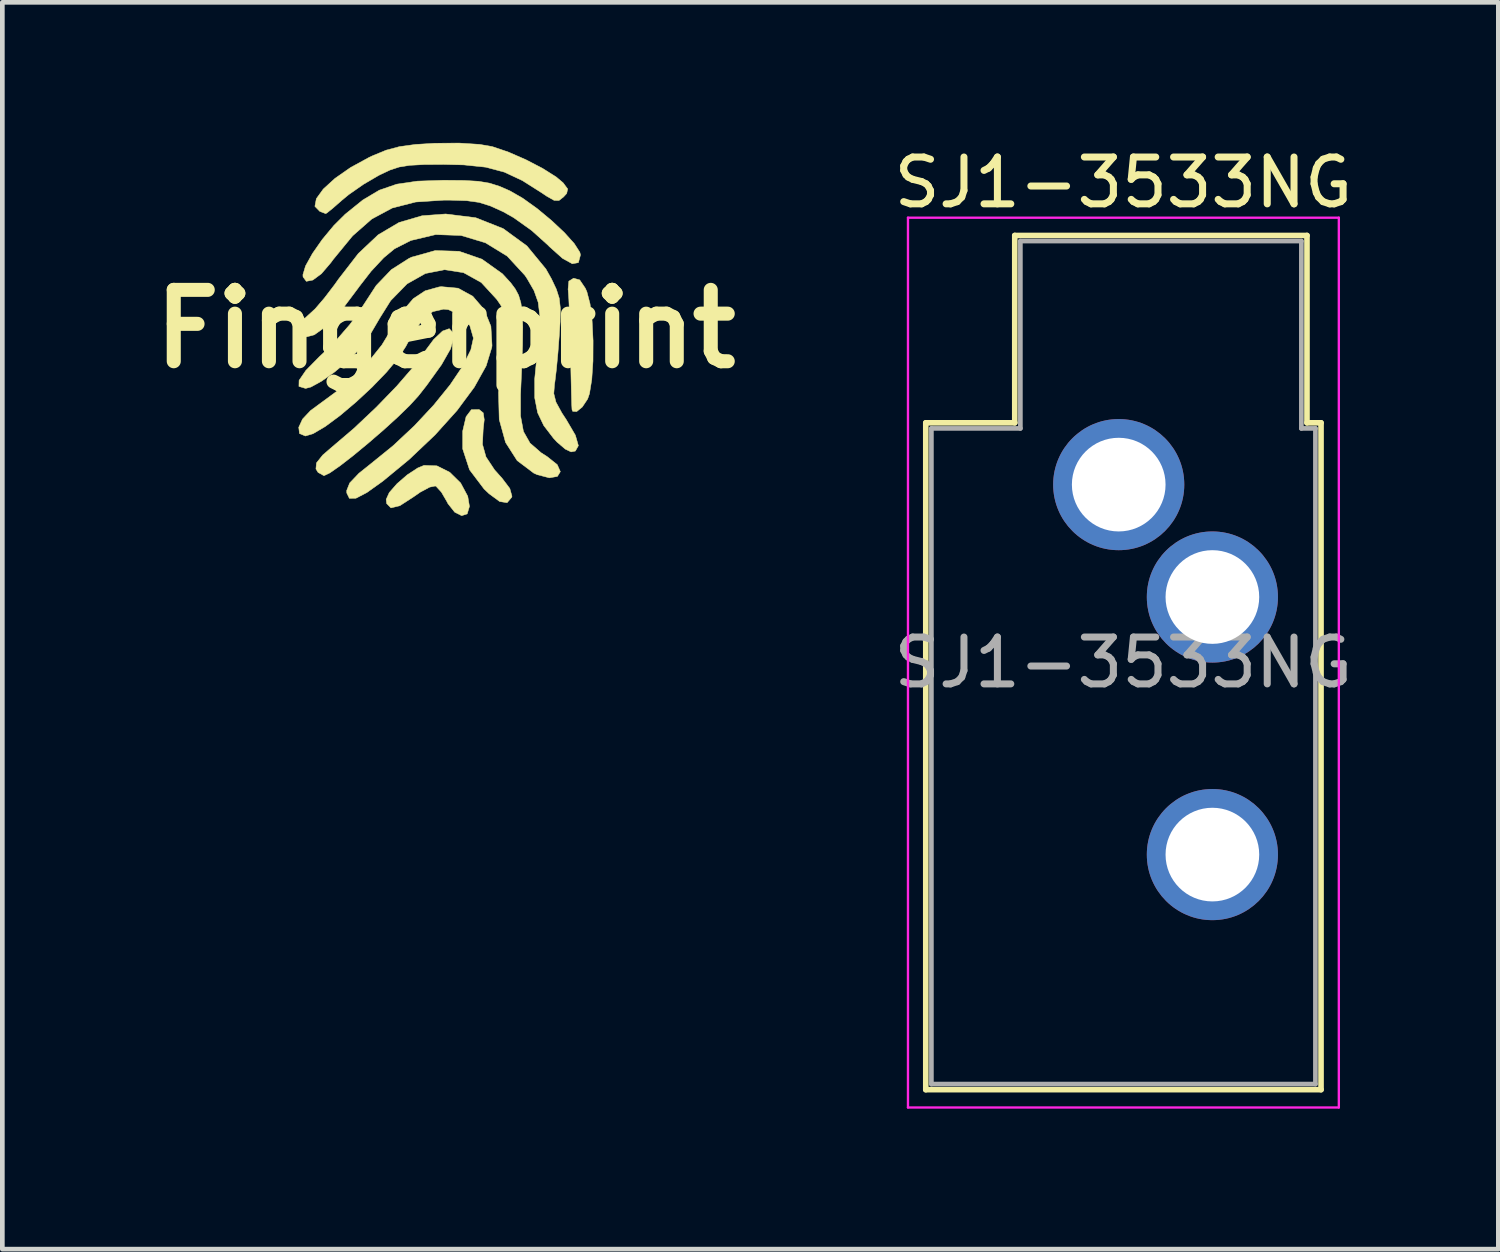
<source format=kicad_pcb>
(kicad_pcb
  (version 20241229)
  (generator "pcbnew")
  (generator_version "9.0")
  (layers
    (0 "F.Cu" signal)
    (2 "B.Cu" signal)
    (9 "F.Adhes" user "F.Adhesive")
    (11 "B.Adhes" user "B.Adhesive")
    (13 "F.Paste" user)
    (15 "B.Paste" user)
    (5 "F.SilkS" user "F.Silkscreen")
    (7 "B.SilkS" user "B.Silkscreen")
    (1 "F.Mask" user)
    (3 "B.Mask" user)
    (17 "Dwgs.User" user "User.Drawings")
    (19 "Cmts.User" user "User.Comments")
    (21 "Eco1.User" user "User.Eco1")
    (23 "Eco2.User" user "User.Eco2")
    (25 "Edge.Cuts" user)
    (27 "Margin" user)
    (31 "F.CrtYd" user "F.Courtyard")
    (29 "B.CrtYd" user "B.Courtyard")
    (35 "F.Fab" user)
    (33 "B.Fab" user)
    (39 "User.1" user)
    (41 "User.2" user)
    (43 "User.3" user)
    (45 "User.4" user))
  (footprint "Fingerprint"
    (layer "F.Cu")
    (at 6.466 3.974)
    (property "Reference" "Fingerprint" (at 0 0 0) (layer "F.SilkS") (effects (font (size 1.524 1.524) (thickness 0.3))))
    (attr through_hole)
    (fp_poly (pts (xy 0.719 1.724) (xy 0.803 1.792) (xy 0.824 1.937) (xy 0.801 2.149) (xy 0.786 2.463) (xy 0.861 2.732) (xy 1.045 3.01) (xy 1.207 3.191) (xy 1.37 3.407) (xy 1.416 3.572) (xy 1.411 3.593) (xy 1.312 3.71) (xy 1.153 3.685) (xy 0.924 3.516) (xy 0.821 3.418) (xy 0.51 3.007) (xy 0.364 2.562) (xy 0.364 2.181) (xy 0.436 1.874) (xy 0.549 1.724) (xy 0.712 1.721) (xy 0.719 1.724)) (stroke (width 0.01) (type solid)) (fill yes) (layer "F.SilkS"))
    (fp_poly (pts (xy -0.187 2.923) (xy 0.087 3.06) (xy 0.32 3.289) (xy 0.472 3.573) (xy 0.508 3.789) (xy 0.46 3.949) (xy 0.342 3.987) (xy 0.193 3.912) (xy 0.049 3.73) (xy 0.027 3.687) (xy -0.09 3.486) (xy -0.202 3.363) (xy -0.22 3.353) (xy -0.342 3.378) (xy -0.542 3.485) (xy -0.693 3.59) (xy -0.979 3.775) (xy -1.168 3.821) (xy -1.26 3.728) (xy -1.27 3.64) (xy -1.204 3.494) (xy -1.039 3.305) (xy -0.821 3.116) (xy -0.597 2.969) (xy -0.462 2.913) (xy -0.187 2.923)) (stroke (width 0.01) (type solid)) (fill yes) (layer "F.SilkS"))
    (fp_poly (pts (xy 2.862 -1.047) (xy 2.983 -0.868) (xy 3.016 -0.793) (xy 3.083 -0.536) (xy 3.127 -0.171) (xy 3.148 0.253) (xy 3.146 0.686) (xy 3.12 1.079) (xy 3.071 1.382) (xy 3.032 1.495) (xy 2.918 1.666) (xy 2.798 1.764) (xy 2.713 1.759) (xy 2.698 1.722) (xy 2.692 1.615) (xy 2.685 1.373) (xy 2.677 1.028) (xy 2.668 0.614) (xy 2.667 0.508) (xy 2.657 0.067) (xy 2.644 -0.328) (xy 2.63 -0.639) (xy 2.617 -0.826) (xy 2.614 -0.844) (xy 2.63 -1.02) (xy 2.732 -1.083) (xy 2.862 -1.047)) (stroke (width 0.01) (type solid)) (fill yes) (layer "F.SilkS"))
    (fp_poly (pts (xy 0.157 0.08) (xy 0.169 0.192) (xy 0.105 0.424) (xy -0.088 0.763) (xy -0.409 1.209) (xy -0.586 1.434) (xy -0.767 1.632) (xy -1.024 1.882) (xy -1.33 2.16) (xy -1.657 2.442) (xy -1.975 2.705) (xy -2.256 2.923) (xy -2.473 3.074) (xy -2.597 3.133) (xy -2.6 3.133) (xy -2.724 3.064) (xy -2.77 2.989) (xy -2.758 2.86) (xy -2.624 2.692) (xy -2.453 2.544) (xy -1.96 2.124) (xy -1.479 1.67) (xy -1.042 1.218) (xy -0.683 0.803) (xy -0.482 0.529) (xy -0.256 0.225) (xy -0.065 0.044) (xy 0.077 -0.006) (xy 0.157 0.08)) (stroke (width 0.01) (type solid)) (fill yes) (layer "F.SilkS"))
    (fp_poly (pts (xy 0.725 -3.941) (xy 0.998 -3.893) (xy 1.337 -3.778) (xy 1.711 -3.615) (xy 2.069 -3.429) (xy 2.358 -3.247) (xy 2.508 -3.121) (xy 2.606 -2.989) (xy 2.584 -2.892) (xy 2.517 -2.819) (xy 2.42 -2.743) (xy 2.317 -2.745) (xy 2.156 -2.836) (xy 2.057 -2.903) (xy 1.637 -3.169) (xy 1.255 -3.348) (xy 0.858 -3.454) (xy 0.389 -3.503) (xy -0.042 -3.513) (xy -0.466 -3.51) (xy -0.767 -3.494) (xy -0.992 -3.458) (xy -1.189 -3.393) (xy -1.403 -3.292) (xy -1.434 -3.276) (xy -1.754 -3.089) (xy -2.069 -2.869) (xy -2.217 -2.747) (xy -2.404 -2.583) (xy -2.53 -2.481) (xy -2.561 -2.462) (xy -2.647 -2.495) (xy -2.688 -2.511) (xy -2.792 -2.618) (xy -2.761 -2.782) (xy -2.613 -2.987) (xy -2.364 -3.214) (xy -2.032 -3.446) (xy -1.633 -3.664) (xy -1.56 -3.698) (xy -1.269 -3.818) (xy -0.983 -3.894) (xy -0.642 -3.94) (xy -0.229 -3.965) (xy 0.287 -3.969) (xy 0.725 -3.941)) (stroke (width 0.01) (type solid)) (fill yes) (layer "F.SilkS"))
    (fp_poly (pts (xy 0.389 -3.171) (xy 0.699 -3.153) (xy 0.937 -3.113) (xy 1.152 -3.045) (xy 1.373 -2.948) (xy 1.646 -2.791) (xy 1.953 -2.571) (xy 2.259 -2.317) (xy 2.535 -2.058) (xy 2.747 -1.822) (xy 2.865 -1.638) (xy 2.879 -1.581) (xy 2.834 -1.416) (xy 2.704 -1.392) (xy 2.496 -1.507) (xy 2.216 -1.757) (xy 2.179 -1.795) (xy 1.837 -2.102) (xy 1.453 -2.376) (xy 1.228 -2.503) (xy 0.954 -2.627) (xy 0.715 -2.702) (xy 0.449 -2.739) (xy 0.096 -2.75) (xy -0.042 -2.75) (xy -0.638 -2.711) (xy -1.139 -2.583) (xy -1.577 -2.348) (xy -1.987 -1.988) (xy -2.401 -1.484) (xy -2.453 -1.413) (xy -2.653 -1.179) (xy -2.836 -1.044) (xy -2.975 -1.017) (xy -3.045 -1.111) (xy -3.048 -1.157) (xy -2.992 -1.345) (xy -2.844 -1.611) (xy -2.633 -1.913) (xy -2.387 -2.209) (xy -2.146 -2.449) (xy -1.768 -2.754) (xy -1.417 -2.963) (xy -1.046 -3.091) (xy -0.605 -3.156) (xy -0.047 -3.175) (xy -0.042 -3.175) (xy 0.389 -3.171)) (stroke (width 0.01) (type solid)) (fill yes) (layer "F.SilkS"))
    (fp_poly (pts (xy 0.266 -0.87) (xy 0.579 -0.698) (xy 0.821 -0.417) (xy 0.966 -0.057) (xy 0.99 0.353) (xy 0.985 0.395) (xy 0.865 0.788) (xy 0.612 1.243) (xy 0.243 1.741) (xy -0.226 2.262) (xy -0.78 2.787) (xy -1.344 3.252) (xy -1.683 3.494) (xy -1.916 3.615) (xy -2.056 3.617) (xy -2.111 3.504) (xy -2.113 3.45) (xy -2.049 3.289) (xy -1.853 3.083) (xy -1.598 2.879) (xy -1.123 2.494) (xy -0.669 2.069) (xy -0.257 1.628) (xy 0.094 1.195) (xy 0.366 0.792) (xy 0.538 0.445) (xy 0.593 0.196) (xy 0.516 -0.072) (xy 0.321 -0.291) (xy 0.058 -0.413) (xy -0.044 -0.423) (xy -0.278 -0.369) (xy -0.495 -0.196) (xy -0.713 0.115) (xy -0.851 0.374) (xy -1.013 0.624) (xy -1.263 0.923) (xy -1.573 1.244) (xy -1.914 1.561) (xy -2.256 1.85) (xy -2.572 2.084) (xy -2.832 2.237) (xy -2.995 2.286) (xy -3.121 2.233) (xy -3.137 2.1) (xy -3.056 1.925) (xy -2.887 1.745) (xy -2.817 1.693) (xy -2.205 1.243) (xy -1.729 0.801) (xy -1.361 0.341) (xy -1.183 0.047) (xy -0.93 -0.368) (xy -0.692 -0.646) (xy -0.439 -0.814) (xy -0.142 -0.897) (xy -0.094 -0.903) (xy 0.266 -0.87)) (stroke (width 0.01) (type solid)) (fill yes) (layer "F.SilkS"))
    (fp_poly (pts (xy 0.642 -2.375) (xy 1.228 -2.143) (xy 1.735 -1.773) (xy 2.14 -1.281) (xy 2.259 -1.07) (xy 2.364 -0.848) (xy 2.425 -0.657) (xy 2.449 -0.442) (xy 2.444 -0.15) (xy 2.427 0.125) (xy 2.398 0.508) (xy 2.365 0.862) (xy 2.333 1.127) (xy 2.324 1.186) (xy 2.309 1.379) (xy 2.355 1.562) (xy 2.481 1.793) (xy 2.578 1.941) (xy 2.77 2.269) (xy 2.834 2.492) (xy 2.77 2.607) (xy 2.678 2.625) (xy 2.553 2.565) (xy 2.378 2.415) (xy 2.304 2.336) (xy 2.095 2.063) (xy 1.964 1.789) (xy 1.902 1.472) (xy 1.901 1.071) (xy 1.949 0.583) (xy 2 0.09) (xy 2.011 -0.279) (xy 1.976 -0.568) (xy 1.887 -0.819) (xy 1.739 -1.075) (xy 1.692 -1.145) (xy 1.314 -1.555) (xy 0.849 -1.84) (xy 0.329 -1.996) (xy -0.213 -2.015) (xy -0.743 -1.889) (xy -1.093 -1.711) (xy -1.323 -1.52) (xy -1.591 -1.233) (xy -1.848 -0.902) (xy -1.866 -0.876) (xy -2.221 -0.403) (xy -2.537 -0.067) (xy -2.804 0.125) (xy -2.97 0.169) (xy -3.102 0.113) (xy -3.128 -0.021) (xy -3.053 -0.185) (xy -2.928 -0.3) (xy -2.787 -0.429) (xy -2.59 -0.659) (xy -2.37 -0.947) (xy -2.291 -1.059) (xy -1.865 -1.61) (xy -1.441 -2.01) (xy -0.996 -2.273) (xy -0.504 -2.417) (xy 0 -2.455) (xy 0.642 -2.375)) (stroke (width 0.01) (type solid)) (fill yes) (layer "F.SilkS"))
    (fp_poly (pts (xy 0.288 -1.658) (xy 0.775 -1.49) (xy 1.211 -1.179) (xy 1.39 -0.984) (xy 1.486 -0.855) (xy 1.558 -0.72) (xy 1.607 -0.555) (xy 1.636 -0.337) (xy 1.647 -0.041) (xy 1.642 0.357) (xy 1.622 0.881) (xy 1.599 1.4) (xy 1.599 1.856) (xy 1.661 2.189) (xy 1.802 2.438) (xy 2.04 2.645) (xy 2.169 2.727) (xy 2.383 2.898) (xy 2.449 3.047) (xy 2.386 3.149) (xy 2.215 3.179) (xy 1.956 3.112) (xy 1.881 3.078) (xy 1.527 2.811) (xy 1.279 2.423) (xy 1.144 1.933) (xy 1.129 1.356) (xy 1.134 1.304) (xy 1.188 0.741) (xy 1.226 0.321) (xy 1.249 0.02) (xy 1.256 -0.189) (xy 1.245 -0.331) (xy 1.217 -0.432) (xy 1.171 -0.516) (xy 1.107 -0.609) (xy 1.091 -0.632) (xy 0.76 -0.992) (xy 0.381 -1.202) (xy -0.024 -1.265) (xy -0.433 -1.184) (xy -0.824 -0.963) (xy -1.174 -0.605) (xy -1.405 -0.236) (xy -1.585 0.071) (xy -1.797 0.372) (xy -1.876 0.468) (xy -2.107 0.699) (xy -2.379 0.925) (xy -2.651 1.116) (xy -2.877 1.24) (xy -2.991 1.27) (xy -3.133 1.227) (xy -3.13 1.098) (xy -2.984 0.885) (xy -2.695 0.591) (xy -2.626 0.527) (xy -2.326 0.229) (xy -2.044 -0.097) (xy -1.829 -0.392) (xy -1.791 -0.455) (xy -1.484 -0.927) (xy -1.16 -1.266) (xy -0.785 -1.505) (xy -0.726 -1.533) (xy -0.222 -1.674) (xy 0.288 -1.658)) (stroke (width 0.01) (type solid)) (fill yes) (layer "F.SilkS")))
  (footprint "SJ1-3533NG"
    (layer "F.Cu")
    (at 20.838 7.298)
    (property "Reference" "SJ1-3533NG" (at 0.1 -6.45 0) (layer "F.SilkS") (effects (font (size 1 1) (thickness 0.15))))
    (attr through_hole)
    (fp_line (start -4.12 -1.32) (end -2.22 -1.32) (stroke (width 0.12) (type solid)) (layer "F.SilkS"))
    (fp_line (start -4.12 12.92) (end -4.12 -1.32) (stroke (width 0.12) (type solid)) (layer "F.SilkS"))
    (fp_line (start -2.22 -5.32) (end 4.02 -5.32) (stroke (width 0.12) (type solid)) (layer "F.SilkS"))
    (fp_line (start -2.22 -1.32) (end -2.22 -5.32) (stroke (width 0.12) (type solid)) (layer "F.SilkS"))
    (fp_line (start 4.02 -5.32) (end 4.02 -1.32) (stroke (width 0.12) (type solid)) (layer "F.SilkS"))
    (fp_line (start 4.02 -1.32) (end 4.32 -1.32) (stroke (width 0.12) (type solid)) (layer "F.SilkS"))
    (fp_line (start 4.32 -1.32) (end 4.32 12.92) (stroke (width 0.12) (type solid)) (layer "F.SilkS"))
    (fp_line (start 4.32 12.92) (end -4.12 12.92) (stroke (width 0.12) (type solid)) (layer "F.SilkS"))
    (fp_line (start -4.5 -5.7) (end -4.5 13.3) (stroke (width 0.05) (type solid)) (layer "F.CrtYd"))
    (fp_line (start -4.5 13.3) (end 4.7 13.3) (stroke (width 0.05) (type solid)) (layer "F.CrtYd"))
    (fp_line (start 4.7 -5.7) (end -4.5 -5.7) (stroke (width 0.05) (type solid)) (layer "F.CrtYd"))
    (fp_line (start 4.7 13.3) (end 4.7 -5.7) (stroke (width 0.05) (type solid)) (layer "F.CrtYd"))
    (fp_line (start -4 -1.2) (end -2.1 -1.2) (stroke (width 0.1) (type solid)) (layer "F.Fab"))
    (fp_line (start -4 12.8) (end -4 -1.2) (stroke (width 0.1) (type solid)) (layer "F.Fab"))
    (fp_line (start -2.1 -5.2) (end 3.9 -5.2) (stroke (width 0.1) (type solid)) (layer "F.Fab"))
    (fp_line (start -2.1 -1.2) (end -2.1 -5.2) (stroke (width 0.1) (type solid)) (layer "F.Fab"))
    (fp_line (start 3.9 -5.2) (end 3.9 -1.2) (stroke (width 0.1) (type solid)) (layer "F.Fab"))
    (fp_line (start 3.9 -1.2) (end 4.2 -1.2) (stroke (width 0.1) (type solid)) (layer "F.Fab"))
    (fp_line (start 4.2 -1.2) (end 4.2 12.8) (stroke (width 0.1) (type solid)) (layer "F.Fab"))
    (fp_line (start 4.2 12.8) (end -4 12.8) (stroke (width 0.1) (type solid)) (layer "F.Fab"))
    (fp_text user "${REFERENCE}" (at 0.1 3.8 0) (layer "F.Fab") (effects (font (size 1 1) (thickness 0.15))))
    (pad "1" thru_hole circle (at 0 0) (size 2.8 2.8) (drill 2) (layers "*.Cu" "*.Mask"))
    (pad "2" thru_hole circle (at 2 2.4) (size 2.8 2.8) (drill 2) (layers "*.Cu" "*.Mask"))
    (pad "3" thru_hole circle (at 2 7.9) (size 2.8 2.8) (drill 2) (layers "*.Cu" "*.Mask")))
  (gr_rect
    (start -3 -3)
    (end 28.944 23.623)
    (stroke (width 0.1) (type default))
    (fill no)
    (layer "Edge.Cuts")))
</source>
